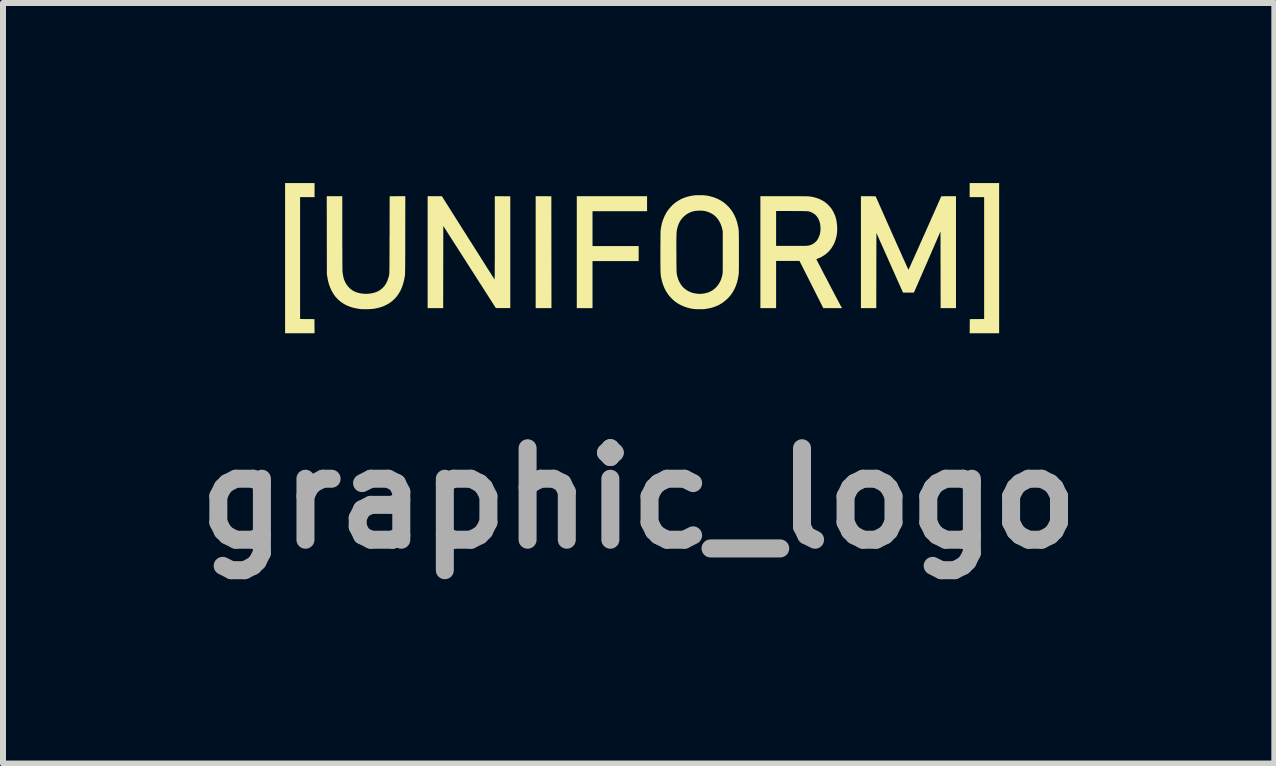
<source format=kicad_pcb>
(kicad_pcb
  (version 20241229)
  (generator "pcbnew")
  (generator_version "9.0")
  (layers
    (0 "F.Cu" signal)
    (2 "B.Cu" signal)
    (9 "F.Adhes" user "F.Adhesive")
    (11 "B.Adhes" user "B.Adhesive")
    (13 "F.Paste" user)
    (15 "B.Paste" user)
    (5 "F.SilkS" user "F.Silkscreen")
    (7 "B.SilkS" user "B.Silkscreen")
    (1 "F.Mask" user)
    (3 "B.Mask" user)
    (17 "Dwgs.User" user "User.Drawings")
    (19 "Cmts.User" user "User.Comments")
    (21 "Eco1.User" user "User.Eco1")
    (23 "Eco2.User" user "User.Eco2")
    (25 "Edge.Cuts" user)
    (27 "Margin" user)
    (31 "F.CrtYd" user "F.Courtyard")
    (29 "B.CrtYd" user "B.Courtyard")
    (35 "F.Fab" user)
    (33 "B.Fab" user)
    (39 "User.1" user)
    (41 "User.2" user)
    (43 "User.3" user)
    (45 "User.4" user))
  (footprint "graphic_logo"
    (layer "F.Cu")
    (at 7.647 1.253)
    (property "Reference" "graphic_logo" (at -0.056 4 0) (layer "F.Fab") (effects (font (size 1.524 1.524) (thickness 0.3))))
    (attr board_only exclude_from_pos_files exclude_from_bom)
    (fp_poly (pts (xy -1.641 -1.034) (xy -1.511 -1.033) (xy -1.51 -0.101) (xy -1.509 0.831) (xy -1.772 0.831) (xy -1.772 -1.034)) (stroke (width 0) (type solid)) (fill yes) (layer "F.SilkS"))
    (fp_poly (pts (xy -5.456 -1.019) (xy -5.697 -1.019) (xy -5.697 1.012) (xy -5.577 1.013) (xy -5.458 1.014) (xy -5.456 1.25) (xy -5.947 1.25) (xy -5.947 -1.253) (xy -5.456 -1.253)) (stroke (width 0) (type solid)) (fill yes) (layer "F.SilkS"))
    (fp_poly (pts (xy 5.95 1.25) (xy 5.459 1.25) (xy 5.461 1.014) (xy 5.58 1.013) (xy 5.7 1.012) (xy 5.7 -1.019) (xy 5.459 -1.019) (xy 5.459 -1.253) (xy 5.95 -1.253)) (stroke (width 0) (type solid)) (fill yes) (layer "F.SilkS"))
    (fp_poly (pts (xy 0.084 -0.784) (xy -0.825 -0.784) (xy -0.825 -0.203) (xy -0.056 -0.203) (xy -0.056 0.047) (xy -0.825 0.047) (xy -0.825 0.831) (xy -1.087 0.831) (xy -1.087 -1.034) (xy 0.084 -1.034)) (stroke (width 0) (type solid)) (fill yes) (layer "F.SilkS"))
    (fp_poly (pts (xy -2.195 -1.033) (xy -2.195 0.83) (xy -2.435 0.83) (xy -2.873 0.146) (xy -3.311 -0.538) (xy -3.312 0.147) (xy -3.313 0.831) (xy -3.572 0.831) (xy -3.572 -1.034) (xy -3.454 -1.034) (xy -3.335 -1.034) (xy -2.899 -0.344) (xy -2.861 -0.284) (xy -2.823 -0.225) (xy -2.787 -0.168) (xy -2.752 -0.113) (xy -2.718 -0.059) (xy -2.686 -0.008) (xy -2.655 0.041) (xy -2.626 0.087) (xy -2.599 0.13) (xy -2.574 0.17) (xy -2.55 0.206) (xy -2.529 0.239) (xy -2.511 0.268) (xy -2.495 0.294) (xy -2.481 0.315) (xy -2.471 0.331) (xy -2.463 0.343) (xy -2.459 0.35) (xy -2.458 0.352) (xy -2.457 0.352) (xy -2.457 0.35) (xy -2.456 0.347) (xy -2.456 0.341) (xy -2.456 0.333) (xy -2.455 0.322) (xy -2.455 0.309) (xy -2.455 0.293) (xy -2.454 0.273) (xy -2.454 0.25) (xy -2.454 0.224) (xy -2.454 0.193) (xy -2.454 0.158) (xy -2.454 0.119) (xy -2.454 0.076) (xy -2.453 0.028) (xy -2.453 -0.026) (xy -2.453 -0.084) (xy -2.453 -0.148) (xy -2.453 -0.218) (xy -2.453 -0.294) (xy -2.453 -0.338) (xy -2.453 -1.034)) (stroke (width 0) (type solid)) (fill yes) (layer "F.SilkS"))
    (fp_poly (pts (xy 5.231 0.831) (xy 4.975 0.831) (xy 4.974 0.192) (xy 4.973 -0.447) (xy 4.752 0.062) (xy 4.53 0.572) (xy 4.348 0.572) (xy 3.905 -0.422) (xy 3.904 0.205) (xy 3.903 0.831) (xy 3.647 0.831) (xy 3.647 -1.034) (xy 3.769 -1.034) (xy 3.892 -1.033) (xy 4.164 -0.42) (xy 4.19 -0.362) (xy 4.216 -0.304) (xy 4.24 -0.249) (xy 4.264 -0.196) (xy 4.287 -0.145) (xy 4.309 -0.096) (xy 4.329 -0.051) (xy 4.348 -0.008) (xy 4.366 0.031) (xy 4.382 0.067) (xy 4.396 0.098) (xy 4.408 0.126) (xy 4.419 0.149) (xy 4.427 0.167) (xy 4.434 0.181) (xy 4.438 0.189) (xy 4.439 0.192) (xy 4.439 0.192) (xy 4.441 0.189) (xy 4.444 0.181) (xy 4.451 0.168) (xy 4.459 0.149) (xy 4.47 0.126) (xy 4.482 0.099) (xy 4.496 0.067) (xy 4.512 0.032) (xy 4.53 -0.007) (xy 4.549 -0.05) (xy 4.569 -0.095) (xy 4.591 -0.144) (xy 4.614 -0.195) (xy 4.637 -0.248) (xy 4.662 -0.304) (xy 4.687 -0.361) (xy 4.714 -0.419) (xy 4.714 -0.42) (xy 4.986 -1.033) (xy 5.109 -1.034) (xy 5.231 -1.034)) (stroke (width 0) (type solid)) (fill yes) (layer "F.SilkS"))
    (fp_poly (pts (xy -3.945 -0.39) (xy -3.945 -0.31) (xy -3.945 -0.236) (xy -3.945 -0.168) (xy -3.945 -0.106) (xy -3.945 -0.049) (xy -3.946 0.003) (xy -3.946 0.049) (xy -3.946 0.091) (xy -3.946 0.128) (xy -3.947 0.161) (xy -3.947 0.189) (xy -3.947 0.213) (xy -3.948 0.233) (xy -3.948 0.25) (xy -3.948 0.263) (xy -3.949 0.273) (xy -3.949 0.28) (xy -3.95 0.283) (xy -3.962 0.353) (xy -3.978 0.418) (xy -3.998 0.479) (xy -4.023 0.536) (xy -4.052 0.587) (xy -4.086 0.635) (xy -4.123 0.677) (xy -4.165 0.715) (xy -4.211 0.749) (xy -4.261 0.777) (xy -4.315 0.802) (xy -4.374 0.821) (xy -4.436 0.836) (xy -4.466 0.841) (xy -4.485 0.843) (xy -4.509 0.845) (xy -4.536 0.847) (xy -4.565 0.848) (xy -4.594 0.849) (xy -4.623 0.849) (xy -4.649 0.849) (xy -4.672 0.848) (xy -4.688 0.847) (xy -4.754 0.837) (xy -4.817 0.823) (xy -4.875 0.804) (xy -4.93 0.781) (xy -4.981 0.752) (xy -5.027 0.72) (xy -5.07 0.682) (xy -5.108 0.64) (xy -5.142 0.593) (xy -5.171 0.542) (xy -5.175 0.535) (xy -5.196 0.489) (xy -5.213 0.443) (xy -5.227 0.393) (xy -5.239 0.339) (xy -5.244 0.308) (xy -5.251 0.264) (xy -5.252 -0.385) (xy -5.253 -1.034) (xy -4.994 -1.034) (xy -4.994 -0.43) (xy -4.994 -0.354) (xy -4.994 -0.281) (xy -4.994 -0.212) (xy -4.993 -0.148) (xy -4.993 -0.089) (xy -4.993 -0.034) (xy -4.993 0.016) (xy -4.993 0.06) (xy -4.992 0.1) (xy -4.992 0.134) (xy -4.992 0.162) (xy -4.991 0.185) (xy -4.991 0.202) (xy -4.991 0.212) (xy -4.991 0.215) (xy -4.984 0.269) (xy -4.975 0.318) (xy -4.961 0.363) (xy -4.943 0.404) (xy -4.921 0.441) (xy -4.894 0.475) (xy -4.87 0.5) (xy -4.838 0.526) (xy -4.804 0.547) (xy -4.766 0.564) (xy -4.725 0.577) (xy -4.68 0.586) (xy -4.641 0.591) (xy -4.593 0.593) (xy -4.545 0.59) (xy -4.499 0.583) (xy -4.455 0.572) (xy -4.415 0.557) (xy -4.394 0.547) (xy -4.356 0.523) (xy -4.323 0.496) (xy -4.294 0.464) (xy -4.268 0.427) (xy -4.247 0.386) (xy -4.23 0.34) (xy -4.216 0.29) (xy -4.214 0.278) (xy -4.213 0.275) (xy -4.212 0.271) (xy -4.212 0.266) (xy -4.211 0.26) (xy -4.211 0.252) (xy -4.21 0.243) (xy -4.21 0.232) (xy -4.21 0.219) (xy -4.209 0.204) (xy -4.209 0.186) (xy -4.209 0.164) (xy -4.209 0.14) (xy -4.208 0.112) (xy -4.208 0.081) (xy -4.208 0.045) (xy -4.208 0.005) (xy -4.208 -0.039) (xy -4.207 -0.088) (xy -4.207 -0.142) (xy -4.207 -0.201) (xy -4.207 -0.266) (xy -4.207 -0.337) (xy -4.206 -0.391) (xy -4.205 -1.033) (xy -4.074 -1.034) (xy -3.944 -1.034)) (stroke (width 0) (type solid)) (fill yes) (layer "F.SilkS"))
    (fp_poly (pts (xy 2.429 -1.034) (xy 2.489 -1.034) (xy 2.545 -1.034) (xy 2.595 -1.034) (xy 2.639 -1.034) (xy 2.678 -1.033) (xy 2.711 -1.033) (xy 2.738 -1.033) (xy 2.759 -1.032) (xy 2.774 -1.032) (xy 2.783 -1.031) (xy 2.784 -1.031) (xy 2.842 -1.022) (xy 2.898 -1.008) (xy 2.951 -0.989) (xy 3 -0.965) (xy 3.046 -0.937) (xy 3.046 -0.936) (xy 3.068 -0.92) (xy 3.091 -0.899) (xy 3.114 -0.876) (xy 3.135 -0.853) (xy 3.153 -0.831) (xy 3.156 -0.827) (xy 3.169 -0.805) (xy 3.184 -0.78) (xy 3.198 -0.753) (xy 3.21 -0.725) (xy 3.22 -0.699) (xy 3.224 -0.688) (xy 3.237 -0.638) (xy 3.246 -0.585) (xy 3.251 -0.53) (xy 3.252 -0.475) (xy 3.249 -0.421) (xy 3.241 -0.369) (xy 3.24 -0.367) (xy 3.226 -0.311) (xy 3.207 -0.259) (xy 3.182 -0.21) (xy 3.153 -0.164) (xy 3.119 -0.122) (xy 3.081 -0.085) (xy 3.039 -0.052) (xy 2.993 -0.024) (xy 2.943 -0.000099) (xy 2.934 0.003) (xy 2.922 0.008) (xy 2.912 0.012) (xy 2.906 0.015) (xy 2.905 0.016) (xy 2.906 0.019) (xy 2.91 0.027) (xy 2.917 0.04) (xy 2.925 0.057) (xy 2.936 0.078) (xy 2.949 0.103) (xy 2.964 0.131) (xy 2.98 0.162) (xy 2.997 0.196) (xy 3.016 0.232) (xy 3.035 0.269) (xy 3.056 0.308) (xy 3.077 0.348) (xy 3.098 0.389) (xy 3.119 0.43) (xy 3.141 0.471) (xy 3.162 0.512) (xy 3.183 0.551) (xy 3.203 0.59) (xy 3.222 0.626) (xy 3.241 0.661) (xy 3.258 0.694) (xy 3.274 0.724) (xy 3.288 0.75) (xy 3.3 0.774) (xy 3.311 0.793) (xy 3.319 0.808) (xy 3.321 0.812) (xy 3.332 0.831) (xy 3.176 0.831) (xy 3.02 0.831) (xy 2.822 0.437) (xy 2.623 0.044) (xy 2.429 0.044) (xy 2.234 0.044) (xy 2.234 0.831) (xy 1.972 0.831) (xy 1.972 -0.788) (xy 2.234 -0.788) (xy 2.234 -0.206) (xy 2.491 -0.206) (xy 2.538 -0.206) (xy 2.578 -0.206) (xy 2.613 -0.206) (xy 2.644 -0.206) (xy 2.669 -0.207) (xy 2.691 -0.207) (xy 2.709 -0.207) (xy 2.724 -0.207) (xy 2.737 -0.208) (xy 2.747 -0.208) (xy 2.755 -0.209) (xy 2.762 -0.21) (xy 2.768 -0.211) (xy 2.774 -0.212) (xy 2.778 -0.212) (xy 2.812 -0.222) (xy 2.845 -0.238) (xy 2.875 -0.258) (xy 2.901 -0.282) (xy 2.914 -0.297) (xy 2.935 -0.33) (xy 2.951 -0.365) (xy 2.963 -0.403) (xy 2.971 -0.444) (xy 2.974 -0.485) (xy 2.973 -0.526) (xy 2.968 -0.567) (xy 2.959 -0.606) (xy 2.945 -0.643) (xy 2.927 -0.677) (xy 2.907 -0.704) (xy 2.882 -0.729) (xy 2.852 -0.75) (xy 2.82 -0.767) (xy 2.785 -0.779) (xy 2.783 -0.78) (xy 2.778 -0.781) (xy 2.774 -0.782) (xy 2.768 -0.783) (xy 2.76 -0.783) (xy 2.751 -0.784) (xy 2.739 -0.784) (xy 2.725 -0.785) (xy 2.708 -0.785) (xy 2.687 -0.785) (xy 2.662 -0.786) (xy 2.632 -0.786) (xy 2.598 -0.786) (xy 2.558 -0.786) (xy 2.513 -0.787) (xy 2.498 -0.787) (xy 2.234 -0.788) (xy 1.972 -0.788) (xy 1.972 -1.034) (xy 2.363 -1.034)) (stroke (width 0) (type solid)) (fill yes) (layer "F.SilkS"))
    (fp_poly (pts (xy 0.991 -1.051) (xy 1.019 -1.05) (xy 1.044 -1.048) (xy 1.065 -1.046) (xy 1.07 -1.046) (xy 1.135 -1.033) (xy 1.196 -1.015) (xy 1.253 -0.993) (xy 1.307 -0.965) (xy 1.357 -0.933) (xy 1.403 -0.896) (xy 1.445 -0.854) (xy 1.483 -0.809) (xy 1.516 -0.759) (xy 1.545 -0.705) (xy 1.569 -0.647) (xy 1.588 -0.585) (xy 1.603 -0.519) (xy 1.61 -0.472) (xy 1.611 -0.465) (xy 1.611 -0.455) (xy 1.612 -0.443) (xy 1.612 -0.428) (xy 1.613 -0.409) (xy 1.613 -0.386) (xy 1.613 -0.359) (xy 1.614 -0.328) (xy 1.614 -0.292) (xy 1.614 -0.251) (xy 1.614 -0.205) (xy 1.614 -0.153) (xy 1.614 -0.097) (xy 1.614 -0.043) (xy 1.614 0.006) (xy 1.614 0.048) (xy 1.614 0.086) (xy 1.614 0.119) (xy 1.614 0.148) (xy 1.613 0.172) (xy 1.613 0.193) (xy 1.613 0.211) (xy 1.613 0.227) (xy 1.612 0.239) (xy 1.612 0.25) (xy 1.611 0.259) (xy 1.61 0.267) (xy 1.61 0.274) (xy 1.609 0.28) (xy 1.608 0.283) (xy 1.596 0.349) (xy 1.58 0.411) (xy 1.56 0.468) (xy 1.536 0.521) (xy 1.507 0.571) (xy 1.474 0.618) (xy 1.436 0.661) (xy 1.425 0.672) (xy 1.38 0.712) (xy 1.332 0.748) (xy 1.28 0.778) (xy 1.225 0.803) (xy 1.166 0.823) (xy 1.104 0.837) (xy 1.04 0.847) (xy 1.039 0.847) (xy 1.024 0.848) (xy 1.004 0.849) (xy 0.982 0.849) (xy 0.958 0.849) (xy 0.935 0.849) (xy 0.914 0.849) (xy 0.896 0.848) (xy 0.889 0.848) (xy 0.827 0.84) (xy 0.766 0.826) (xy 0.708 0.807) (xy 0.652 0.783) (xy 0.599 0.755) (xy 0.551 0.722) (xy 0.545 0.717) (xy 0.529 0.703) (xy 0.51 0.686) (xy 0.49 0.666) (xy 0.47 0.645) (xy 0.453 0.625) (xy 0.438 0.607) (xy 0.434 0.601) (xy 0.4 0.549) (xy 0.372 0.494) (xy 0.348 0.435) (xy 0.33 0.374) (xy 0.324 0.347) (xy 0.321 0.335) (xy 0.319 0.323) (xy 0.317 0.311) (xy 0.315 0.3) (xy 0.313 0.288) (xy 0.312 0.276) (xy 0.31 0.262) (xy 0.309 0.247) (xy 0.309 0.23) (xy 0.308 0.21) (xy 0.307 0.188) (xy 0.307 0.162) (xy 0.307 0.132) (xy 0.307 0.099) (xy 0.306 0.061) (xy 0.306 0.018) (xy 0.306 -0.03) (xy 0.306 -0.084) (xy 0.306 -0.1) (xy 0.306 -0.151) (xy 0.306 -0.199) (xy 0.307 -0.236) (xy 0.572 -0.236) (xy 0.572 -0.193) (xy 0.572 -0.145) (xy 0.573 -0.092) (xy 0.573 -0.072) (xy 0.573 -0.02) (xy 0.573 0.026) (xy 0.573 0.067) (xy 0.574 0.102) (xy 0.574 0.133) (xy 0.574 0.16) (xy 0.575 0.183) (xy 0.575 0.203) (xy 0.576 0.22) (xy 0.577 0.235) (xy 0.578 0.247) (xy 0.579 0.258) (xy 0.58 0.267) (xy 0.582 0.276) (xy 0.583 0.284) (xy 0.585 0.292) (xy 0.588 0.301) (xy 0.589 0.306) (xy 0.604 0.354) (xy 0.624 0.398) (xy 0.648 0.438) (xy 0.676 0.474) (xy 0.696 0.494) (xy 0.731 0.523) (xy 0.77 0.547) (xy 0.813 0.567) (xy 0.857 0.581) (xy 0.904 0.589) (xy 0.953 0.593) (xy 1.003 0.591) (xy 1.04 0.586) (xy 1.086 0.575) (xy 1.13 0.558) (xy 1.17 0.537) (xy 1.206 0.51) (xy 1.239 0.479) (xy 1.268 0.443) (xy 1.293 0.404) (xy 1.314 0.36) (xy 1.33 0.312) (xy 1.339 0.27) (xy 1.34 0.265) (xy 1.341 0.26) (xy 1.342 0.254) (xy 1.343 0.247) (xy 1.343 0.238) (xy 1.344 0.228) (xy 1.344 0.216) (xy 1.344 0.201) (xy 1.345 0.183) (xy 1.345 0.162) (xy 1.345 0.138) (xy 1.345 0.109) (xy 1.345 0.076) (xy 1.345 0.038) (xy 1.345 -0.005) (xy 1.345 -0.053) (xy 1.345 -0.105) (xy 1.345 -0.448) (xy 1.338 -0.481) (xy 1.324 -0.533) (xy 1.306 -0.58) (xy 1.283 -0.623) (xy 1.256 -0.662) (xy 1.226 -0.696) (xy 1.191 -0.725) (xy 1.152 -0.749) (xy 1.11 -0.768) (xy 1.065 -0.783) (xy 1.03 -0.79) (xy 1.005 -0.792) (xy 0.976 -0.794) (xy 0.946 -0.793) (xy 0.916 -0.792) (xy 0.887 -0.789) (xy 0.863 -0.784) (xy 0.857 -0.783) (xy 0.811 -0.769) (xy 0.769 -0.749) (xy 0.73 -0.724) (xy 0.695 -0.695) (xy 0.664 -0.661) (xy 0.637 -0.623) (xy 0.614 -0.581) (xy 0.597 -0.535) (xy 0.585 -0.49) (xy 0.583 -0.48) (xy 0.581 -0.47) (xy 0.579 -0.459) (xy 0.578 -0.447) (xy 0.576 -0.434) (xy 0.575 -0.42) (xy 0.575 -0.403) (xy 0.574 -0.384) (xy 0.573 -0.361) (xy 0.573 -0.336) (xy 0.573 -0.307) (xy 0.572 -0.274) (xy 0.572 -0.236) (xy 0.307 -0.236) (xy 0.307 -0.245) (xy 0.307 -0.287) (xy 0.307 -0.325) (xy 0.307 -0.36) (xy 0.308 -0.39) (xy 0.308 -0.415) (xy 0.308 -0.435) (xy 0.309 -0.45) (xy 0.309 -0.458) (xy 0.309 -0.459) (xy 0.318 -0.521) (xy 0.33 -0.579) (xy 0.347 -0.634) (xy 0.369 -0.688) (xy 0.377 -0.706) (xy 0.404 -0.757) (xy 0.435 -0.804) (xy 0.47 -0.847) (xy 0.506 -0.885) (xy 0.55 -0.923) (xy 0.598 -0.956) (xy 0.649 -0.985) (xy 0.703 -1.008) (xy 0.761 -1.027) (xy 0.824 -1.041) (xy 0.863 -1.047) (xy 0.882 -1.049) (xy 0.905 -1.051) (xy 0.933 -1.051) (xy 0.961 -1.051)) (stroke (width 0) (type solid)) (fill yes) (layer "F.SilkS")))
  (gr_rect
    (start -3 -3)
    (end 18.182 9.671)
    (stroke (width 0.1) (type default))
    (fill no)
    (layer "Edge.Cuts")))
</source>
